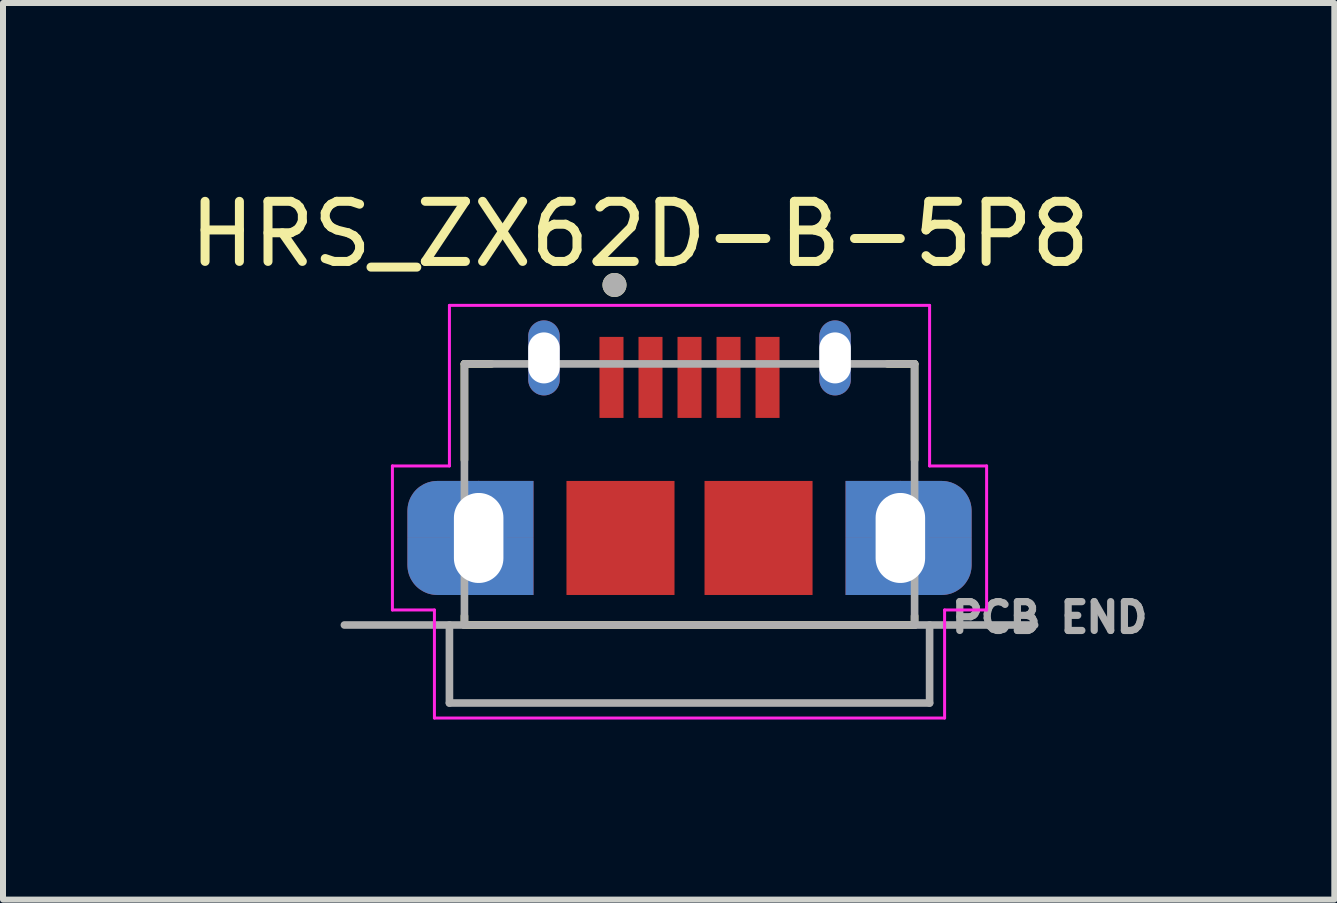
<source format=kicad_pcb>
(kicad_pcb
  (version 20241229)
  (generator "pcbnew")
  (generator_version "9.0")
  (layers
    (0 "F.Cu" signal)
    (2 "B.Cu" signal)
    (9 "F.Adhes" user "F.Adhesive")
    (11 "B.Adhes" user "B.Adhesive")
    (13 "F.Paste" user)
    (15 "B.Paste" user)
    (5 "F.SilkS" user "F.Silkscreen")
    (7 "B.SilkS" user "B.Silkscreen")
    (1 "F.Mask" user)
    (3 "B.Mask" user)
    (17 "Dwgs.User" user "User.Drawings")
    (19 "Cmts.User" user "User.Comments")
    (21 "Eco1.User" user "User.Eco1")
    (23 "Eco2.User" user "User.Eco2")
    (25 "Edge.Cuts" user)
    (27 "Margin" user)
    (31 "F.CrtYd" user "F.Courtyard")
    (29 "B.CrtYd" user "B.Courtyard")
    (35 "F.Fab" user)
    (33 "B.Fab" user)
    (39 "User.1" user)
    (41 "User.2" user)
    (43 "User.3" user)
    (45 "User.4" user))
  (footprint "HRS_ZX62D-B-5P8"
    (layer "F.Cu")
    (at 8.438 5.838)
    (property "Reference" "HRS_ZX62D-B-5P8" (at -0.826 -4.988 0) (layer "F.SilkS") (effects (font (size 1.001 1.001) (thickness 0.15))))
    (attr smd)
    (fp_poly (pts (xy -3.1 0.075) (xy -2.6 0.075) (xy -2.6 1.025) (xy -4.2 1.025) (xy -4.226 1.024) (xy -4.252 1.022) (xy -4.278 1.019) (xy -4.304 1.014) (xy -4.329 1.008) (xy -4.355 1.001) (xy -4.379 0.992) (xy -4.403 0.982) (xy -4.427 0.971) (xy -4.45 0.958) (xy -4.472 0.944) (xy -4.494 0.93) (xy -4.515 0.914) (xy -4.535 0.897) (xy -4.554 0.879) (xy -4.572 0.86) (xy -4.589 0.84) (xy -4.605 0.819) (xy -4.619 0.797) (xy -4.633 0.775) (xy -4.646 0.752) (xy -4.657 0.728) (xy -4.667 0.704) (xy -4.676 0.68) (xy -4.683 0.654) (xy -4.689 0.629) (xy -4.694 0.603) (xy -4.697 0.577) (xy -4.699 0.551) (xy -4.7 0.525) (xy -4.7 0.075) (xy -3.925 0.075) (xy -3.925 0.55) (xy -3.925 0.564) (xy -3.923 0.579) (xy -3.922 0.593) (xy -3.919 0.607) (xy -3.916 0.621) (xy -3.912 0.635) (xy -3.907 0.649) (xy -3.901 0.662) (xy -3.895 0.675) (xy -3.888 0.688) (xy -3.881 0.7) (xy -3.872 0.712) (xy -3.864 0.723) (xy -3.854 0.734) (xy -3.844 0.744) (xy -3.834 0.754) (xy -3.823 0.764) (xy -3.812 0.772) (xy -3.8 0.781) (xy -3.787 0.788) (xy -3.775 0.795) (xy -3.762 0.801) (xy -3.749 0.807) (xy -3.735 0.812) (xy -3.721 0.816) (xy -3.707 0.819) (xy -3.693 0.822) (xy -3.679 0.823) (xy -3.664 0.825) (xy -3.65 0.825) (xy -3.4 0.825) (xy -3.384 0.825) (xy -3.369 0.823) (xy -3.353 0.821) (xy -3.338 0.818) (xy -3.322 0.815) (xy -3.307 0.81) (xy -3.292 0.805) (xy -3.278 0.799) (xy -3.264 0.792) (xy -3.25 0.785) (xy -3.237 0.777) (xy -3.224 0.768) (xy -3.211 0.758) (xy -3.199 0.748) (xy -3.188 0.737) (xy -3.177 0.726) (xy -3.167 0.714) (xy -3.157 0.701) (xy -3.148 0.688) (xy -3.14 0.675) (xy -3.133 0.661) (xy -3.126 0.647) (xy -3.12 0.633) (xy -3.115 0.618) (xy -3.11 0.603) (xy -3.107 0.587) (xy -3.104 0.572) (xy -3.102 0.556) (xy -3.1 0.541) (xy -3.1 0.525) (xy -3.1 0.075)) (stroke (width 0.0001) (type solid)) (fill yes) (layer "F.Cu"))
    (fp_poly (pts (xy -2.6 -0.875) (xy -4.2 -0.875) (xy -4.226 -0.874) (xy -4.252 -0.872) (xy -4.278 -0.869) (xy -4.304 -0.864) (xy -4.329 -0.858) (xy -4.355 -0.851) (xy -4.379 -0.842) (xy -4.403 -0.832) (xy -4.427 -0.821) (xy -4.45 -0.808) (xy -4.472 -0.794) (xy -4.494 -0.78) (xy -4.515 -0.764) (xy -4.535 -0.747) (xy -4.554 -0.729) (xy -4.572 -0.71) (xy -4.589 -0.69) (xy -4.605 -0.669) (xy -4.619 -0.647) (xy -4.633 -0.625) (xy -4.646 -0.602) (xy -4.657 -0.578) (xy -4.667 -0.554) (xy -4.676 -0.53) (xy -4.683 -0.504) (xy -4.689 -0.479) (xy -4.694 -0.453) (xy -4.697 -0.427) (xy -4.699 -0.401) (xy -4.7 -0.375) (xy -4.7 0.075) (xy -3.925 0.075) (xy -3.925 -0.375) (xy -3.925 -0.391) (xy -3.923 -0.406) (xy -3.921 -0.422) (xy -3.918 -0.437) (xy -3.915 -0.453) (xy -3.91 -0.468) (xy -3.905 -0.483) (xy -3.899 -0.497) (xy -3.892 -0.511) (xy -3.885 -0.525) (xy -3.877 -0.538) (xy -3.868 -0.551) (xy -3.858 -0.564) (xy -3.848 -0.576) (xy -3.837 -0.587) (xy -3.826 -0.598) (xy -3.814 -0.608) (xy -3.801 -0.618) (xy -3.788 -0.627) (xy -3.775 -0.635) (xy -3.761 -0.642) (xy -3.747 -0.649) (xy -3.733 -0.655) (xy -3.718 -0.66) (xy -3.703 -0.665) (xy -3.687 -0.668) (xy -3.672 -0.671) (xy -3.656 -0.673) (xy -3.641 -0.675) (xy -3.625 -0.675) (xy -3.4 -0.675) (xy -3.384 -0.675) (xy -3.369 -0.673) (xy -3.353 -0.671) (xy -3.338 -0.668) (xy -3.322 -0.665) (xy -3.307 -0.66) (xy -3.292 -0.655) (xy -3.278 -0.649) (xy -3.264 -0.642) (xy -3.25 -0.635) (xy -3.237 -0.627) (xy -3.224 -0.618) (xy -3.211 -0.608) (xy -3.199 -0.598) (xy -3.188 -0.587) (xy -3.177 -0.576) (xy -3.167 -0.564) (xy -3.157 -0.551) (xy -3.148 -0.538) (xy -3.14 -0.525) (xy -3.133 -0.511) (xy -3.126 -0.497) (xy -3.12 -0.483) (xy -3.115 -0.468) (xy -3.11 -0.453) (xy -3.107 -0.437) (xy -3.104 -0.422) (xy -3.102 -0.406) (xy -3.1 -0.391) (xy -3.1 -0.375) (xy -3.1 0.075) (xy -2.6 0.075) (xy -2.6 -0.875)) (stroke (width 0.0001) (type solid)) (fill yes) (layer "F.Cu"))
    (fp_poly (pts (xy 2.6 1.025) (xy 4.2 1.025) (xy 4.226 1.024) (xy 4.252 1.022) (xy 4.278 1.019) (xy 4.304 1.014) (xy 4.329 1.008) (xy 4.355 1.001) (xy 4.379 0.992) (xy 4.403 0.982) (xy 4.427 0.971) (xy 4.45 0.958) (xy 4.472 0.944) (xy 4.494 0.93) (xy 4.515 0.914) (xy 4.535 0.897) (xy 4.554 0.879) (xy 4.572 0.86) (xy 4.589 0.84) (xy 4.605 0.819) (xy 4.619 0.797) (xy 4.633 0.775) (xy 4.646 0.752) (xy 4.657 0.728) (xy 4.667 0.704) (xy 4.676 0.68) (xy 4.683 0.654) (xy 4.689 0.629) (xy 4.694 0.603) (xy 4.697 0.577) (xy 4.699 0.551) (xy 4.7 0.525) (xy 4.7 0.075) (xy 3.925 0.075) (xy 3.925 0.525) (xy 3.925 0.541) (xy 3.923 0.556) (xy 3.921 0.572) (xy 3.918 0.587) (xy 3.915 0.603) (xy 3.91 0.618) (xy 3.905 0.633) (xy 3.899 0.647) (xy 3.892 0.661) (xy 3.885 0.675) (xy 3.877 0.688) (xy 3.868 0.701) (xy 3.858 0.714) (xy 3.848 0.726) (xy 3.837 0.737) (xy 3.826 0.748) (xy 3.814 0.758) (xy 3.801 0.768) (xy 3.788 0.777) (xy 3.775 0.785) (xy 3.761 0.792) (xy 3.747 0.799) (xy 3.733 0.805) (xy 3.718 0.81) (xy 3.703 0.815) (xy 3.687 0.818) (xy 3.672 0.821) (xy 3.656 0.823) (xy 3.641 0.825) (xy 3.625 0.825) (xy 3.4 0.825) (xy 3.384 0.825) (xy 3.369 0.823) (xy 3.353 0.821) (xy 3.338 0.818) (xy 3.322 0.815) (xy 3.307 0.81) (xy 3.292 0.805) (xy 3.278 0.799) (xy 3.264 0.792) (xy 3.25 0.785) (xy 3.237 0.777) (xy 3.224 0.768) (xy 3.211 0.758) (xy 3.199 0.748) (xy 3.188 0.737) (xy 3.177 0.726) (xy 3.167 0.714) (xy 3.157 0.701) (xy 3.148 0.688) (xy 3.14 0.675) (xy 3.133 0.661) (xy 3.126 0.647) (xy 3.12 0.633) (xy 3.115 0.618) (xy 3.11 0.603) (xy 3.107 0.587) (xy 3.104 0.572) (xy 3.102 0.556) (xy 3.1 0.541) (xy 3.1 0.525) (xy 3.1 0.075) (xy 2.6 0.075) (xy 2.6 1.025)) (stroke (width 0.0001) (type solid)) (fill yes) (layer "F.Cu"))
    (fp_poly (pts (xy 3.1 0.075) (xy 2.6 0.075) (xy 2.6 -0.875) (xy 4.2 -0.875) (xy 4.226 -0.874) (xy 4.252 -0.872) (xy 4.278 -0.869) (xy 4.304 -0.864) (xy 4.329 -0.858) (xy 4.355 -0.851) (xy 4.379 -0.842) (xy 4.403 -0.832) (xy 4.427 -0.821) (xy 4.45 -0.808) (xy 4.472 -0.794) (xy 4.494 -0.78) (xy 4.515 -0.764) (xy 4.535 -0.747) (xy 4.554 -0.729) (xy 4.572 -0.71) (xy 4.589 -0.69) (xy 4.605 -0.669) (xy 4.619 -0.647) (xy 4.633 -0.625) (xy 4.646 -0.602) (xy 4.657 -0.578) (xy 4.667 -0.554) (xy 4.676 -0.53) (xy 4.683 -0.504) (xy 4.689 -0.479) (xy 4.694 -0.453) (xy 4.697 -0.427) (xy 4.699 -0.401) (xy 4.7 -0.375) (xy 4.7 0.075) (xy 3.925 0.075) (xy 3.925 -0.4) (xy 3.925 -0.414) (xy 3.923 -0.429) (xy 3.922 -0.443) (xy 3.919 -0.457) (xy 3.916 -0.471) (xy 3.912 -0.485) (xy 3.907 -0.499) (xy 3.901 -0.512) (xy 3.895 -0.525) (xy 3.888 -0.538) (xy 3.881 -0.55) (xy 3.872 -0.562) (xy 3.864 -0.573) (xy 3.854 -0.584) (xy 3.844 -0.594) (xy 3.834 -0.604) (xy 3.823 -0.614) (xy 3.812 -0.622) (xy 3.8 -0.631) (xy 3.787 -0.638) (xy 3.775 -0.645) (xy 3.762 -0.651) (xy 3.749 -0.657) (xy 3.735 -0.662) (xy 3.721 -0.666) (xy 3.707 -0.669) (xy 3.693 -0.672) (xy 3.679 -0.673) (xy 3.664 -0.675) (xy 3.65 -0.675) (xy 3.4 -0.675) (xy 3.384 -0.675) (xy 3.369 -0.673) (xy 3.353 -0.671) (xy 3.338 -0.668) (xy 3.322 -0.665) (xy 3.307 -0.66) (xy 3.292 -0.655) (xy 3.278 -0.649) (xy 3.264 -0.642) (xy 3.25 -0.635) (xy 3.237 -0.627) (xy 3.224 -0.618) (xy 3.211 -0.608) (xy 3.199 -0.598) (xy 3.188 -0.587) (xy 3.177 -0.576) (xy 3.167 -0.564) (xy 3.157 -0.551) (xy 3.148 -0.538) (xy 3.14 -0.525) (xy 3.133 -0.511) (xy 3.126 -0.497) (xy 3.12 -0.483) (xy 3.115 -0.468) (xy 3.11 -0.453) (xy 3.107 -0.437) (xy 3.104 -0.422) (xy 3.102 -0.406) (xy 3.1 -0.391) (xy 3.1 -0.375) (xy 3.1 0.075)) (stroke (width 0.0001) (type solid)) (fill yes) (layer "F.Cu"))
    (fp_poly (pts (xy -4.801 -0.975) (xy -2.5 -0.975) (xy -2.5 1.126) (xy -4.801 1.126)) (stroke (width 0.01) (type solid)) (fill yes) (layer "F.Mask"))
    (fp_poly (pts (xy 2.502 -0.975) (xy 4.8 -0.975) (xy 4.8 1.128) (xy 2.502 1.128)) (stroke (width 0.01) (type solid)) (fill yes) (layer "F.Mask"))
    (fp_poly (pts (xy -3.1 0.075) (xy -2.6 0.075) (xy -2.6 1.025) (xy -4.2 1.025) (xy -4.226 1.024) (xy -4.252 1.022) (xy -4.278 1.019) (xy -4.304 1.014) (xy -4.329 1.008) (xy -4.355 1.001) (xy -4.379 0.992) (xy -4.403 0.982) (xy -4.427 0.971) (xy -4.45 0.958) (xy -4.472 0.944) (xy -4.494 0.93) (xy -4.515 0.914) (xy -4.535 0.897) (xy -4.554 0.879) (xy -4.572 0.86) (xy -4.589 0.84) (xy -4.605 0.819) (xy -4.619 0.797) (xy -4.633 0.775) (xy -4.646 0.752) (xy -4.657 0.728) (xy -4.667 0.704) (xy -4.676 0.68) (xy -4.683 0.654) (xy -4.689 0.629) (xy -4.694 0.603) (xy -4.697 0.577) (xy -4.699 0.551) (xy -4.7 0.525) (xy -4.7 0.075) (xy -3.925 0.075) (xy -3.925 0.55) (xy -3.925 0.564) (xy -3.923 0.579) (xy -3.922 0.593) (xy -3.919 0.607) (xy -3.916 0.621) (xy -3.912 0.635) (xy -3.907 0.649) (xy -3.901 0.662) (xy -3.895 0.675) (xy -3.888 0.688) (xy -3.881 0.7) (xy -3.872 0.712) (xy -3.864 0.723) (xy -3.854 0.734) (xy -3.844 0.744) (xy -3.834 0.754) (xy -3.823 0.764) (xy -3.812 0.772) (xy -3.8 0.781) (xy -3.787 0.788) (xy -3.775 0.795) (xy -3.762 0.801) (xy -3.749 0.807) (xy -3.735 0.812) (xy -3.721 0.816) (xy -3.707 0.819) (xy -3.693 0.822) (xy -3.679 0.823) (xy -3.664 0.825) (xy -3.65 0.825) (xy -3.4 0.825) (xy -3.384 0.825) (xy -3.369 0.823) (xy -3.353 0.821) (xy -3.338 0.818) (xy -3.322 0.815) (xy -3.307 0.81) (xy -3.292 0.805) (xy -3.278 0.799) (xy -3.264 0.792) (xy -3.25 0.785) (xy -3.237 0.777) (xy -3.224 0.768) (xy -3.211 0.758) (xy -3.199 0.748) (xy -3.188 0.737) (xy -3.177 0.726) (xy -3.167 0.714) (xy -3.157 0.701) (xy -3.148 0.688) (xy -3.14 0.675) (xy -3.133 0.661) (xy -3.126 0.647) (xy -3.12 0.633) (xy -3.115 0.618) (xy -3.11 0.603) (xy -3.107 0.587) (xy -3.104 0.572) (xy -3.102 0.556) (xy -3.1 0.541) (xy -3.1 0.525) (xy -3.1 0.075)) (stroke (width 0.0001) (type solid)) (fill yes) (layer "B.Cu"))
    (fp_poly (pts (xy -2.6 -0.875) (xy -4.2 -0.875) (xy -4.226 -0.874) (xy -4.252 -0.872) (xy -4.278 -0.869) (xy -4.304 -0.864) (xy -4.329 -0.858) (xy -4.355 -0.851) (xy -4.379 -0.842) (xy -4.403 -0.832) (xy -4.427 -0.821) (xy -4.45 -0.808) (xy -4.472 -0.794) (xy -4.494 -0.78) (xy -4.515 -0.764) (xy -4.535 -0.747) (xy -4.554 -0.729) (xy -4.572 -0.71) (xy -4.589 -0.69) (xy -4.605 -0.669) (xy -4.619 -0.647) (xy -4.633 -0.625) (xy -4.646 -0.602) (xy -4.657 -0.578) (xy -4.667 -0.554) (xy -4.676 -0.53) (xy -4.683 -0.504) (xy -4.689 -0.479) (xy -4.694 -0.453) (xy -4.697 -0.427) (xy -4.699 -0.401) (xy -4.7 -0.375) (xy -4.7 0.075) (xy -3.925 0.075) (xy -3.925 -0.375) (xy -3.925 -0.391) (xy -3.923 -0.406) (xy -3.921 -0.422) (xy -3.918 -0.437) (xy -3.915 -0.453) (xy -3.91 -0.468) (xy -3.905 -0.483) (xy -3.899 -0.497) (xy -3.892 -0.511) (xy -3.885 -0.525) (xy -3.877 -0.538) (xy -3.868 -0.551) (xy -3.858 -0.564) (xy -3.848 -0.576) (xy -3.837 -0.587) (xy -3.826 -0.598) (xy -3.814 -0.608) (xy -3.801 -0.618) (xy -3.788 -0.627) (xy -3.775 -0.635) (xy -3.761 -0.642) (xy -3.747 -0.649) (xy -3.733 -0.655) (xy -3.718 -0.66) (xy -3.703 -0.665) (xy -3.687 -0.668) (xy -3.672 -0.671) (xy -3.656 -0.673) (xy -3.641 -0.675) (xy -3.625 -0.675) (xy -3.4 -0.675) (xy -3.384 -0.675) (xy -3.369 -0.673) (xy -3.353 -0.671) (xy -3.338 -0.668) (xy -3.322 -0.665) (xy -3.307 -0.66) (xy -3.292 -0.655) (xy -3.278 -0.649) (xy -3.264 -0.642) (xy -3.25 -0.635) (xy -3.237 -0.627) (xy -3.224 -0.618) (xy -3.211 -0.608) (xy -3.199 -0.598) (xy -3.188 -0.587) (xy -3.177 -0.576) (xy -3.167 -0.564) (xy -3.157 -0.551) (xy -3.148 -0.538) (xy -3.14 -0.525) (xy -3.133 -0.511) (xy -3.126 -0.497) (xy -3.12 -0.483) (xy -3.115 -0.468) (xy -3.11 -0.453) (xy -3.107 -0.437) (xy -3.104 -0.422) (xy -3.102 -0.406) (xy -3.1 -0.391) (xy -3.1 -0.375) (xy -3.1 0.075) (xy -2.6 0.075) (xy -2.6 -0.875)) (stroke (width 0.0001) (type solid)) (fill yes) (layer "B.Cu"))
    (fp_poly (pts (xy 2.6 1.025) (xy 4.2 1.025) (xy 4.226 1.024) (xy 4.252 1.022) (xy 4.278 1.019) (xy 4.304 1.014) (xy 4.329 1.008) (xy 4.355 1.001) (xy 4.379 0.992) (xy 4.403 0.982) (xy 4.427 0.971) (xy 4.45 0.958) (xy 4.472 0.944) (xy 4.494 0.93) (xy 4.515 0.914) (xy 4.535 0.897) (xy 4.554 0.879) (xy 4.572 0.86) (xy 4.589 0.84) (xy 4.605 0.819) (xy 4.619 0.797) (xy 4.633 0.775) (xy 4.646 0.752) (xy 4.657 0.728) (xy 4.667 0.704) (xy 4.676 0.68) (xy 4.683 0.654) (xy 4.689 0.629) (xy 4.694 0.603) (xy 4.697 0.577) (xy 4.699 0.551) (xy 4.7 0.525) (xy 4.7 0.075) (xy 3.925 0.075) (xy 3.925 0.525) (xy 3.925 0.541) (xy 3.923 0.556) (xy 3.921 0.572) (xy 3.918 0.587) (xy 3.915 0.603) (xy 3.91 0.618) (xy 3.905 0.633) (xy 3.899 0.647) (xy 3.892 0.661) (xy 3.885 0.675) (xy 3.877 0.688) (xy 3.868 0.701) (xy 3.858 0.714) (xy 3.848 0.726) (xy 3.837 0.737) (xy 3.826 0.748) (xy 3.814 0.758) (xy 3.801 0.768) (xy 3.788 0.777) (xy 3.775 0.785) (xy 3.761 0.792) (xy 3.747 0.799) (xy 3.733 0.805) (xy 3.718 0.81) (xy 3.703 0.815) (xy 3.687 0.818) (xy 3.672 0.821) (xy 3.656 0.823) (xy 3.641 0.825) (xy 3.625 0.825) (xy 3.4 0.825) (xy 3.384 0.825) (xy 3.369 0.823) (xy 3.353 0.821) (xy 3.338 0.818) (xy 3.322 0.815) (xy 3.307 0.81) (xy 3.292 0.805) (xy 3.278 0.799) (xy 3.264 0.792) (xy 3.25 0.785) (xy 3.237 0.777) (xy 3.224 0.768) (xy 3.211 0.758) (xy 3.199 0.748) (xy 3.188 0.737) (xy 3.177 0.726) (xy 3.167 0.714) (xy 3.157 0.701) (xy 3.148 0.688) (xy 3.14 0.675) (xy 3.133 0.661) (xy 3.126 0.647) (xy 3.12 0.633) (xy 3.115 0.618) (xy 3.11 0.603) (xy 3.107 0.587) (xy 3.104 0.572) (xy 3.102 0.556) (xy 3.1 0.541) (xy 3.1 0.525) (xy 3.1 0.075) (xy 2.6 0.075) (xy 2.6 1.025)) (stroke (width 0.0001) (type solid)) (fill yes) (layer "B.Cu"))
    (fp_poly (pts (xy 3.1 0.075) (xy 2.6 0.075) (xy 2.6 -0.875) (xy 4.2 -0.875) (xy 4.226 -0.874) (xy 4.252 -0.872) (xy 4.278 -0.869) (xy 4.304 -0.864) (xy 4.329 -0.858) (xy 4.355 -0.851) (xy 4.379 -0.842) (xy 4.403 -0.832) (xy 4.427 -0.821) (xy 4.45 -0.808) (xy 4.472 -0.794) (xy 4.494 -0.78) (xy 4.515 -0.764) (xy 4.535 -0.747) (xy 4.554 -0.729) (xy 4.572 -0.71) (xy 4.589 -0.69) (xy 4.605 -0.669) (xy 4.619 -0.647) (xy 4.633 -0.625) (xy 4.646 -0.602) (xy 4.657 -0.578) (xy 4.667 -0.554) (xy 4.676 -0.53) (xy 4.683 -0.504) (xy 4.689 -0.479) (xy 4.694 -0.453) (xy 4.697 -0.427) (xy 4.699 -0.401) (xy 4.7 -0.375) (xy 4.7 0.075) (xy 3.925 0.075) (xy 3.925 -0.4) (xy 3.925 -0.414) (xy 3.923 -0.429) (xy 3.922 -0.443) (xy 3.919 -0.457) (xy 3.916 -0.471) (xy 3.912 -0.485) (xy 3.907 -0.499) (xy 3.901 -0.512) (xy 3.895 -0.525) (xy 3.888 -0.538) (xy 3.881 -0.55) (xy 3.872 -0.562) (xy 3.864 -0.573) (xy 3.854 -0.584) (xy 3.844 -0.594) (xy 3.834 -0.604) (xy 3.823 -0.614) (xy 3.812 -0.622) (xy 3.8 -0.631) (xy 3.787 -0.638) (xy 3.775 -0.645) (xy 3.762 -0.651) (xy 3.749 -0.657) (xy 3.735 -0.662) (xy 3.721 -0.666) (xy 3.707 -0.669) (xy 3.693 -0.672) (xy 3.679 -0.673) (xy 3.664 -0.675) (xy 3.65 -0.675) (xy 3.4 -0.675) (xy 3.384 -0.675) (xy 3.369 -0.673) (xy 3.353 -0.671) (xy 3.338 -0.668) (xy 3.322 -0.665) (xy 3.307 -0.66) (xy 3.292 -0.655) (xy 3.278 -0.649) (xy 3.264 -0.642) (xy 3.25 -0.635) (xy 3.237 -0.627) (xy 3.224 -0.618) (xy 3.211 -0.608) (xy 3.199 -0.598) (xy 3.188 -0.587) (xy 3.177 -0.576) (xy 3.167 -0.564) (xy 3.157 -0.551) (xy 3.148 -0.538) (xy 3.14 -0.525) (xy 3.133 -0.511) (xy 3.126 -0.497) (xy 3.12 -0.483) (xy 3.115 -0.468) (xy 3.11 -0.453) (xy 3.107 -0.437) (xy 3.104 -0.422) (xy 3.102 -0.406) (xy 3.1 -0.391) (xy 3.1 -0.375) (xy 3.1 0.075)) (stroke (width 0.0001) (type solid)) (fill yes) (layer "B.Cu"))
    (fp_poly (pts (xy -4.801 -0.975) (xy -2.5 -0.975) (xy -2.5 1.126) (xy -4.801 1.126)) (stroke (width 0.01) (type solid)) (fill yes) (layer "B.Mask"))
    (fp_poly (pts (xy 2.502 -0.975) (xy 4.8 -0.975) (xy 4.8 1.128) (xy 2.502 1.128)) (stroke (width 0.01) (type solid)) (fill yes) (layer "B.Mask"))
    (fp_line (start -3.75 -2.825) (end -3.3 -2.825) (stroke (width 0.127) (type solid)) (layer "F.SilkS"))
    (fp_line (start -3.75 -1.225) (end -3.75 -2.825) (stroke (width 0.127) (type solid)) (layer "F.SilkS"))
    (fp_line (start -3.75 1.525) (end -3.75 1.375) (stroke (width 0.127) (type solid)) (layer "F.SilkS"))
    (fp_line (start -3.75 1.525) (end 3.75 1.525) (stroke (width 0.127) (type solid)) (layer "F.SilkS"))
    (fp_line (start 3.3 -2.825) (end 3.75 -2.825) (stroke (width 0.127) (type solid)) (layer "F.SilkS"))
    (fp_line (start 3.75 -2.825) (end 3.75 -1.225) (stroke (width 0.127) (type solid)) (layer "F.SilkS"))
    (fp_line (start 3.75 1.525) (end 3.75 1.375) (stroke (width 0.127) (type solid)) (layer "F.SilkS"))
    (fp_circle (center -1.25 -4.14) (end -1.15 -4.14) (stroke (width 0.2) (type solid)) (fill no) (layer "F.SilkS"))
    (fp_poly (pts (xy -3.1 0.075) (xy -2.6 0.075) (xy -2.6 1.025) (xy -4.2 1.025) (xy -4.226 1.024) (xy -4.252 1.022) (xy -4.278 1.019) (xy -4.304 1.014) (xy -4.329 1.008) (xy -4.355 1.001) (xy -4.379 0.992) (xy -4.403 0.982) (xy -4.427 0.971) (xy -4.45 0.958) (xy -4.472 0.944) (xy -4.494 0.93) (xy -4.515 0.914) (xy -4.535 0.897) (xy -4.554 0.879) (xy -4.572 0.86) (xy -4.589 0.84) (xy -4.605 0.819) (xy -4.619 0.797) (xy -4.633 0.775) (xy -4.646 0.752) (xy -4.657 0.728) (xy -4.667 0.704) (xy -4.676 0.68) (xy -4.683 0.654) (xy -4.689 0.629) (xy -4.694 0.603) (xy -4.697 0.577) (xy -4.699 0.551) (xy -4.7 0.525) (xy -4.7 0.075) (xy -3.925 0.075) (xy -3.925 0.55) (xy -3.925 0.564) (xy -3.923 0.579) (xy -3.922 0.593) (xy -3.919 0.607) (xy -3.916 0.621) (xy -3.912 0.635) (xy -3.907 0.649) (xy -3.901 0.662) (xy -3.895 0.675) (xy -3.888 0.688) (xy -3.881 0.7) (xy -3.872 0.712) (xy -3.864 0.723) (xy -3.854 0.734) (xy -3.844 0.744) (xy -3.834 0.754) (xy -3.823 0.764) (xy -3.812 0.772) (xy -3.8 0.781) (xy -3.787 0.788) (xy -3.775 0.795) (xy -3.762 0.801) (xy -3.749 0.807) (xy -3.735 0.812) (xy -3.721 0.816) (xy -3.707 0.819) (xy -3.693 0.822) (xy -3.679 0.823) (xy -3.664 0.825) (xy -3.65 0.825) (xy -3.4 0.825) (xy -3.384 0.825) (xy -3.369 0.823) (xy -3.353 0.821) (xy -3.338 0.818) (xy -3.322 0.815) (xy -3.307 0.81) (xy -3.292 0.805) (xy -3.278 0.799) (xy -3.264 0.792) (xy -3.25 0.785) (xy -3.237 0.777) (xy -3.224 0.768) (xy -3.211 0.758) (xy -3.199 0.748) (xy -3.188 0.737) (xy -3.177 0.726) (xy -3.167 0.714) (xy -3.157 0.701) (xy -3.148 0.688) (xy -3.14 0.675) (xy -3.133 0.661) (xy -3.126 0.647) (xy -3.12 0.633) (xy -3.115 0.618) (xy -3.11 0.603) (xy -3.107 0.587) (xy -3.104 0.572) (xy -3.102 0.556) (xy -3.1 0.541) (xy -3.1 0.525) (xy -3.1 0.075)) (stroke (width 0.0001) (type solid)) (fill yes) (layer "F.Paste"))
    (fp_poly (pts (xy -2.6 -0.875) (xy -4.2 -0.875) (xy -4.226 -0.874) (xy -4.252 -0.872) (xy -4.278 -0.869) (xy -4.304 -0.864) (xy -4.329 -0.858) (xy -4.355 -0.851) (xy -4.379 -0.842) (xy -4.403 -0.832) (xy -4.427 -0.821) (xy -4.45 -0.808) (xy -4.472 -0.794) (xy -4.494 -0.78) (xy -4.515 -0.764) (xy -4.535 -0.747) (xy -4.554 -0.729) (xy -4.572 -0.71) (xy -4.589 -0.69) (xy -4.605 -0.669) (xy -4.619 -0.647) (xy -4.633 -0.625) (xy -4.646 -0.602) (xy -4.657 -0.578) (xy -4.667 -0.554) (xy -4.676 -0.53) (xy -4.683 -0.504) (xy -4.689 -0.479) (xy -4.694 -0.453) (xy -4.697 -0.427) (xy -4.699 -0.401) (xy -4.7 -0.375) (xy -4.7 0.075) (xy -3.925 0.075) (xy -3.925 -0.375) (xy -3.925 -0.391) (xy -3.923 -0.406) (xy -3.921 -0.422) (xy -3.918 -0.437) (xy -3.915 -0.453) (xy -3.91 -0.468) (xy -3.905 -0.483) (xy -3.899 -0.497) (xy -3.892 -0.511) (xy -3.885 -0.525) (xy -3.877 -0.538) (xy -3.868 -0.551) (xy -3.858 -0.564) (xy -3.848 -0.576) (xy -3.837 -0.587) (xy -3.826 -0.598) (xy -3.814 -0.608) (xy -3.801 -0.618) (xy -3.788 -0.627) (xy -3.775 -0.635) (xy -3.761 -0.642) (xy -3.747 -0.649) (xy -3.733 -0.655) (xy -3.718 -0.66) (xy -3.703 -0.665) (xy -3.687 -0.668) (xy -3.672 -0.671) (xy -3.656 -0.673) (xy -3.641 -0.675) (xy -3.625 -0.675) (xy -3.4 -0.675) (xy -3.384 -0.675) (xy -3.369 -0.673) (xy -3.353 -0.671) (xy -3.338 -0.668) (xy -3.322 -0.665) (xy -3.307 -0.66) (xy -3.292 -0.655) (xy -3.278 -0.649) (xy -3.264 -0.642) (xy -3.25 -0.635) (xy -3.237 -0.627) (xy -3.224 -0.618) (xy -3.211 -0.608) (xy -3.199 -0.598) (xy -3.188 -0.587) (xy -3.177 -0.576) (xy -3.167 -0.564) (xy -3.157 -0.551) (xy -3.148 -0.538) (xy -3.14 -0.525) (xy -3.133 -0.511) (xy -3.126 -0.497) (xy -3.12 -0.483) (xy -3.115 -0.468) (xy -3.11 -0.453) (xy -3.107 -0.437) (xy -3.104 -0.422) (xy -3.102 -0.406) (xy -3.1 -0.391) (xy -3.1 -0.375) (xy -3.1 0.075) (xy -2.6 0.075) (xy -2.6 -0.875)) (stroke (width 0.0001) (type solid)) (fill yes) (layer "F.Paste"))
    (fp_poly (pts (xy 2.6 1.025) (xy 4.2 1.025) (xy 4.226 1.024) (xy 4.252 1.022) (xy 4.278 1.019) (xy 4.304 1.014) (xy 4.329 1.008) (xy 4.355 1.001) (xy 4.379 0.992) (xy 4.403 0.982) (xy 4.427 0.971) (xy 4.45 0.958) (xy 4.472 0.944) (xy 4.494 0.93) (xy 4.515 0.914) (xy 4.535 0.897) (xy 4.554 0.879) (xy 4.572 0.86) (xy 4.589 0.84) (xy 4.605 0.819) (xy 4.619 0.797) (xy 4.633 0.775) (xy 4.646 0.752) (xy 4.657 0.728) (xy 4.667 0.704) (xy 4.676 0.68) (xy 4.683 0.654) (xy 4.689 0.629) (xy 4.694 0.603) (xy 4.697 0.577) (xy 4.699 0.551) (xy 4.7 0.525) (xy 4.7 0.075) (xy 3.925 0.075) (xy 3.925 0.525) (xy 3.925 0.541) (xy 3.923 0.556) (xy 3.921 0.572) (xy 3.918 0.587) (xy 3.915 0.603) (xy 3.91 0.618) (xy 3.905 0.633) (xy 3.899 0.647) (xy 3.892 0.661) (xy 3.885 0.675) (xy 3.877 0.688) (xy 3.868 0.701) (xy 3.858 0.714) (xy 3.848 0.726) (xy 3.837 0.737) (xy 3.826 0.748) (xy 3.814 0.758) (xy 3.801 0.768) (xy 3.788 0.777) (xy 3.775 0.785) (xy 3.761 0.792) (xy 3.747 0.799) (xy 3.733 0.805) (xy 3.718 0.81) (xy 3.703 0.815) (xy 3.687 0.818) (xy 3.672 0.821) (xy 3.656 0.823) (xy 3.641 0.825) (xy 3.625 0.825) (xy 3.4 0.825) (xy 3.384 0.825) (xy 3.369 0.823) (xy 3.353 0.821) (xy 3.338 0.818) (xy 3.322 0.815) (xy 3.307 0.81) (xy 3.292 0.805) (xy 3.278 0.799) (xy 3.264 0.792) (xy 3.25 0.785) (xy 3.237 0.777) (xy 3.224 0.768) (xy 3.211 0.758) (xy 3.199 0.748) (xy 3.188 0.737) (xy 3.177 0.726) (xy 3.167 0.714) (xy 3.157 0.701) (xy 3.148 0.688) (xy 3.14 0.675) (xy 3.133 0.661) (xy 3.126 0.647) (xy 3.12 0.633) (xy 3.115 0.618) (xy 3.11 0.603) (xy 3.107 0.587) (xy 3.104 0.572) (xy 3.102 0.556) (xy 3.1 0.541) (xy 3.1 0.525) (xy 3.1 0.075) (xy 2.6 0.075) (xy 2.6 1.025)) (stroke (width 0.0001) (type solid)) (fill yes) (layer "F.Paste"))
    (fp_poly (pts (xy 3.1 0.075) (xy 2.6 0.075) (xy 2.6 -0.875) (xy 4.2 -0.875) (xy 4.226 -0.874) (xy 4.252 -0.872) (xy 4.278 -0.869) (xy 4.304 -0.864) (xy 4.329 -0.858) (xy 4.355 -0.851) (xy 4.379 -0.842) (xy 4.403 -0.832) (xy 4.427 -0.821) (xy 4.45 -0.808) (xy 4.472 -0.794) (xy 4.494 -0.78) (xy 4.515 -0.764) (xy 4.535 -0.747) (xy 4.554 -0.729) (xy 4.572 -0.71) (xy 4.589 -0.69) (xy 4.605 -0.669) (xy 4.619 -0.647) (xy 4.633 -0.625) (xy 4.646 -0.602) (xy 4.657 -0.578) (xy 4.667 -0.554) (xy 4.676 -0.53) (xy 4.683 -0.504) (xy 4.689 -0.479) (xy 4.694 -0.453) (xy 4.697 -0.427) (xy 4.699 -0.401) (xy 4.7 -0.375) (xy 4.7 0.075) (xy 3.925 0.075) (xy 3.925 -0.4) (xy 3.925 -0.414) (xy 3.923 -0.429) (xy 3.922 -0.443) (xy 3.919 -0.457) (xy 3.916 -0.471) (xy 3.912 -0.485) (xy 3.907 -0.499) (xy 3.901 -0.512) (xy 3.895 -0.525) (xy 3.888 -0.538) (xy 3.881 -0.55) (xy 3.872 -0.562) (xy 3.864 -0.573) (xy 3.854 -0.584) (xy 3.844 -0.594) (xy 3.834 -0.604) (xy 3.823 -0.614) (xy 3.812 -0.622) (xy 3.8 -0.631) (xy 3.787 -0.638) (xy 3.775 -0.645) (xy 3.762 -0.651) (xy 3.749 -0.657) (xy 3.735 -0.662) (xy 3.721 -0.666) (xy 3.707 -0.669) (xy 3.693 -0.672) (xy 3.679 -0.673) (xy 3.664 -0.675) (xy 3.65 -0.675) (xy 3.4 -0.675) (xy 3.384 -0.675) (xy 3.369 -0.673) (xy 3.353 -0.671) (xy 3.338 -0.668) (xy 3.322 -0.665) (xy 3.307 -0.66) (xy 3.292 -0.655) (xy 3.278 -0.649) (xy 3.264 -0.642) (xy 3.25 -0.635) (xy 3.237 -0.627) (xy 3.224 -0.618) (xy 3.211 -0.608) (xy 3.199 -0.598) (xy 3.188 -0.587) (xy 3.177 -0.576) (xy 3.167 -0.564) (xy 3.157 -0.551) (xy 3.148 -0.538) (xy 3.14 -0.525) (xy 3.133 -0.511) (xy 3.126 -0.497) (xy 3.12 -0.483) (xy 3.115 -0.468) (xy 3.11 -0.453) (xy 3.107 -0.437) (xy 3.104 -0.422) (xy 3.102 -0.406) (xy 3.1 -0.391) (xy 3.1 -0.375) (xy 3.1 0.075)) (stroke (width 0.0001) (type solid)) (fill yes) (layer "F.Paste"))
    (fp_poly (pts (xy -2.425 -3.35) (xy -2.425 -3.55) (xy -2.398 -3.549) (xy -2.37 -3.547) (xy -2.343 -3.544) (xy -2.316 -3.539) (xy -2.289 -3.532) (xy -2.263 -3.524) (xy -2.237 -3.515) (xy -2.211 -3.505) (xy -2.187 -3.493) (xy -2.162 -3.48) (xy -2.139 -3.465) (xy -2.116 -3.45) (xy -2.095 -3.433) (xy -2.074 -3.415) (xy -2.054 -3.396) (xy -2.035 -3.376) (xy -2.017 -3.355) (xy -2 -3.334) (xy -1.985 -3.311) (xy -1.97 -3.287) (xy -1.957 -3.263) (xy -1.945 -3.239) (xy -1.935 -3.213) (xy -1.926 -3.187) (xy -1.918 -3.161) (xy -1.911 -3.134) (xy -1.906 -3.107) (xy -1.903 -3.08) (xy -1.901 -3.052) (xy -1.9 -3.025) (xy -1.9 -2.825) (xy -1.901 -2.798) (xy -1.903 -2.77) (xy -1.906 -2.743) (xy -1.911 -2.716) (xy -1.918 -2.689) (xy -1.926 -2.663) (xy -1.935 -2.637) (xy -1.945 -2.611) (xy -1.957 -2.587) (xy -1.97 -2.562) (xy -1.985 -2.539) (xy -2 -2.516) (xy -2.017 -2.495) (xy -2.035 -2.474) (xy -2.054 -2.454) (xy -2.074 -2.435) (xy -2.095 -2.417) (xy -2.116 -2.4) (xy -2.139 -2.385) (xy -2.162 -2.37) (xy -2.187 -2.357) (xy -2.211 -2.345) (xy -2.237 -2.335) (xy -2.263 -2.326) (xy -2.289 -2.318) (xy -2.316 -2.311) (xy -2.343 -2.306) (xy -2.37 -2.303) (xy -2.398 -2.301) (xy -2.425 -2.3) (xy -2.425 -2.5) (xy -2.408 -2.5) (xy -2.391 -2.502) (xy -2.374 -2.504) (xy -2.357 -2.507) (xy -2.341 -2.511) (xy -2.325 -2.516) (xy -2.309 -2.522) (xy -2.293 -2.528) (xy -2.277 -2.535) (xy -2.263 -2.544) (xy -2.248 -2.552) (xy -2.234 -2.562) (xy -2.22 -2.572) (xy -2.208 -2.583) (xy -2.195 -2.595) (xy -2.183 -2.608) (xy -2.172 -2.62) (xy -2.162 -2.634) (xy -2.152 -2.648) (xy -2.144 -2.663) (xy -2.135 -2.677) (xy -2.128 -2.693) (xy -2.122 -2.709) (xy -2.116 -2.725) (xy -2.111 -2.741) (xy -2.107 -2.757) (xy -2.104 -2.774) (xy -2.102 -2.791) (xy -2.1 -2.808) (xy -2.1 -2.825) (xy -2.1 -3.025) (xy -2.1 -3.042) (xy -2.102 -3.059) (xy -2.104 -3.076) (xy -2.107 -3.093) (xy -2.111 -3.109) (xy -2.116 -3.125) (xy -2.122 -3.141) (xy -2.128 -3.157) (xy -2.135 -3.173) (xy -2.144 -3.188) (xy -2.152 -3.202) (xy -2.162 -3.216) (xy -2.172 -3.23) (xy -2.183 -3.242) (xy -2.195 -3.255) (xy -2.208 -3.267) (xy -2.22 -3.278) (xy -2.234 -3.288) (xy -2.248 -3.298) (xy -2.263 -3.306) (xy -2.277 -3.315) (xy -2.293 -3.322) (xy -2.309 -3.328) (xy -2.325 -3.334) (xy -2.341 -3.339) (xy -2.357 -3.343) (xy -2.374 -3.346) (xy -2.391 -3.348) (xy -2.408 -3.35) (xy -2.425 -3.35)) (stroke (width 0.0001) (type solid)) (fill yes) (layer "F.Paste"))
    (fp_poly (pts (xy -2.425 -2.5) (xy -2.425 -2.3) (xy -2.452 -2.301) (xy -2.48 -2.303) (xy -2.507 -2.306) (xy -2.534 -2.311) (xy -2.561 -2.318) (xy -2.587 -2.326) (xy -2.613 -2.335) (xy -2.639 -2.345) (xy -2.663 -2.357) (xy -2.688 -2.37) (xy -2.711 -2.385) (xy -2.734 -2.4) (xy -2.755 -2.417) (xy -2.776 -2.435) (xy -2.796 -2.454) (xy -2.815 -2.474) (xy -2.833 -2.495) (xy -2.85 -2.516) (xy -2.865 -2.539) (xy -2.88 -2.563) (xy -2.893 -2.587) (xy -2.905 -2.611) (xy -2.915 -2.637) (xy -2.924 -2.663) (xy -2.932 -2.689) (xy -2.939 -2.716) (xy -2.944 -2.743) (xy -2.947 -2.77) (xy -2.949 -2.798) (xy -2.95 -2.825) (xy -2.95 -3.025) (xy -2.949 -3.052) (xy -2.947 -3.08) (xy -2.944 -3.107) (xy -2.939 -3.134) (xy -2.932 -3.161) (xy -2.924 -3.187) (xy -2.915 -3.213) (xy -2.905 -3.239) (xy -2.893 -3.263) (xy -2.88 -3.287) (xy -2.865 -3.311) (xy -2.85 -3.334) (xy -2.833 -3.355) (xy -2.815 -3.376) (xy -2.796 -3.396) (xy -2.776 -3.415) (xy -2.755 -3.433) (xy -2.734 -3.45) (xy -2.711 -3.465) (xy -2.688 -3.48) (xy -2.663 -3.493) (xy -2.639 -3.505) (xy -2.613 -3.515) (xy -2.587 -3.524) (xy -2.561 -3.532) (xy -2.534 -3.539) (xy -2.507 -3.544) (xy -2.48 -3.547) (xy -2.452 -3.549) (xy -2.425 -3.55) (xy -2.425 -3.35) (xy -2.442 -3.35) (xy -2.459 -3.348) (xy -2.476 -3.346) (xy -2.493 -3.343) (xy -2.509 -3.339) (xy -2.525 -3.334) (xy -2.541 -3.328) (xy -2.557 -3.322) (xy -2.573 -3.315) (xy -2.587 -3.306) (xy -2.602 -3.298) (xy -2.616 -3.288) (xy -2.63 -3.278) (xy -2.642 -3.267) (xy -2.655 -3.255) (xy -2.667 -3.242) (xy -2.678 -3.23) (xy -2.688 -3.216) (xy -2.698 -3.202) (xy -2.706 -3.188) (xy -2.715 -3.173) (xy -2.722 -3.157) (xy -2.728 -3.141) (xy -2.734 -3.125) (xy -2.739 -3.109) (xy -2.743 -3.093) (xy -2.746 -3.076) (xy -2.748 -3.059) (xy -2.75 -3.042) (xy -2.75 -3.025) (xy -2.75 -2.825) (xy -2.75 -2.808) (xy -2.748 -2.791) (xy -2.746 -2.774) (xy -2.743 -2.757) (xy -2.739 -2.741) (xy -2.734 -2.725) (xy -2.728 -2.709) (xy -2.722 -2.693) (xy -2.715 -2.677) (xy -2.706 -2.663) (xy -2.698 -2.648) (xy -2.688 -2.634) (xy -2.678 -2.62) (xy -2.667 -2.608) (xy -2.655 -2.595) (xy -2.642 -2.583) (xy -2.63 -2.572) (xy -2.616 -2.562) (xy -2.602 -2.552) (xy -2.587 -2.544) (xy -2.573 -2.535) (xy -2.557 -2.528) (xy -2.541 -2.522) (xy -2.525 -2.516) (xy -2.509 -2.511) (xy -2.493 -2.507) (xy -2.476 -2.504) (xy -2.459 -2.502) (xy -2.442 -2.5) (xy -2.425 -2.5)) (stroke (width 0.0001) (type solid)) (fill yes) (layer "F.Paste"))
    (fp_poly (pts (xy 2.425 -3.35) (xy 2.425 -3.55) (xy 2.452 -3.549) (xy 2.48 -3.547) (xy 2.507 -3.544) (xy 2.534 -3.539) (xy 2.561 -3.532) (xy 2.587 -3.524) (xy 2.613 -3.515) (xy 2.639 -3.505) (xy 2.663 -3.493) (xy 2.688 -3.48) (xy 2.711 -3.465) (xy 2.734 -3.45) (xy 2.755 -3.433) (xy 2.776 -3.415) (xy 2.796 -3.396) (xy 2.815 -3.376) (xy 2.833 -3.355) (xy 2.85 -3.334) (xy 2.865 -3.311) (xy 2.88 -3.287) (xy 2.893 -3.263) (xy 2.905 -3.239) (xy 2.915 -3.213) (xy 2.924 -3.187) (xy 2.932 -3.161) (xy 2.939 -3.134) (xy 2.944 -3.107) (xy 2.947 -3.08) (xy 2.949 -3.052) (xy 2.95 -3.025) (xy 2.95 -2.825) (xy 2.949 -2.798) (xy 2.947 -2.77) (xy 2.944 -2.743) (xy 2.939 -2.716) (xy 2.932 -2.689) (xy 2.924 -2.663) (xy 2.915 -2.637) (xy 2.905 -2.611) (xy 2.893 -2.587) (xy 2.88 -2.563) (xy 2.865 -2.539) (xy 2.85 -2.516) (xy 2.833 -2.495) (xy 2.815 -2.474) (xy 2.796 -2.454) (xy 2.776 -2.435) (xy 2.755 -2.417) (xy 2.734 -2.4) (xy 2.711 -2.385) (xy 2.688 -2.37) (xy 2.663 -2.357) (xy 2.639 -2.345) (xy 2.613 -2.335) (xy 2.587 -2.326) (xy 2.561 -2.318) (xy 2.534 -2.311) (xy 2.507 -2.306) (xy 2.48 -2.303) (xy 2.452 -2.301) (xy 2.425 -2.3) (xy 2.425 -2.5) (xy 2.442 -2.5) (xy 2.459 -2.502) (xy 2.476 -2.504) (xy 2.493 -2.507) (xy 2.509 -2.511) (xy 2.525 -2.516) (xy 2.541 -2.522) (xy 2.557 -2.528) (xy 2.573 -2.535) (xy 2.587 -2.544) (xy 2.602 -2.552) (xy 2.616 -2.562) (xy 2.63 -2.572) (xy 2.642 -2.583) (xy 2.655 -2.595) (xy 2.667 -2.608) (xy 2.678 -2.62) (xy 2.688 -2.634) (xy 2.698 -2.648) (xy 2.706 -2.663) (xy 2.715 -2.677) (xy 2.722 -2.693) (xy 2.728 -2.709) (xy 2.734 -2.725) (xy 2.739 -2.741) (xy 2.743 -2.757) (xy 2.746 -2.774) (xy 2.748 -2.791) (xy 2.75 -2.808) (xy 2.75 -2.825) (xy 2.75 -3.025) (xy 2.75 -3.042) (xy 2.748 -3.059) (xy 2.746 -3.076) (xy 2.743 -3.093) (xy 2.739 -3.109) (xy 2.734 -3.125) (xy 2.728 -3.141) (xy 2.722 -3.157) (xy 2.715 -3.173) (xy 2.706 -3.188) (xy 2.698 -3.202) (xy 2.688 -3.216) (xy 2.678 -3.23) (xy 2.667 -3.242) (xy 2.655 -3.255) (xy 2.642 -3.267) (xy 2.63 -3.278) (xy 2.616 -3.288) (xy 2.602 -3.298) (xy 2.587 -3.306) (xy 2.573 -3.315) (xy 2.557 -3.322) (xy 2.541 -3.328) (xy 2.525 -3.334) (xy 2.509 -3.339) (xy 2.493 -3.343) (xy 2.476 -3.346) (xy 2.459 -3.348) (xy 2.442 -3.35) (xy 2.425 -3.35)) (stroke (width 0.0001) (type solid)) (fill yes) (layer "F.Paste"))
    (fp_poly (pts (xy 2.425 -2.5) (xy 2.425 -2.3) (xy 2.398 -2.301) (xy 2.37 -2.303) (xy 2.343 -2.306) (xy 2.316 -2.311) (xy 2.289 -2.318) (xy 2.263 -2.326) (xy 2.237 -2.335) (xy 2.211 -2.345) (xy 2.187 -2.357) (xy 2.162 -2.37) (xy 2.139 -2.385) (xy 2.116 -2.4) (xy 2.095 -2.417) (xy 2.074 -2.435) (xy 2.054 -2.454) (xy 2.035 -2.474) (xy 2.017 -2.495) (xy 2 -2.516) (xy 1.985 -2.539) (xy 1.97 -2.562) (xy 1.957 -2.587) (xy 1.945 -2.611) (xy 1.935 -2.637) (xy 1.926 -2.663) (xy 1.918 -2.689) (xy 1.911 -2.716) (xy 1.906 -2.743) (xy 1.903 -2.77) (xy 1.901 -2.798) (xy 1.9 -2.825) (xy 1.9 -3.025) (xy 1.901 -3.052) (xy 1.903 -3.08) (xy 1.906 -3.107) (xy 1.911 -3.134) (xy 1.918 -3.161) (xy 1.926 -3.187) (xy 1.935 -3.213) (xy 1.945 -3.239) (xy 1.957 -3.263) (xy 1.97 -3.287) (xy 1.985 -3.311) (xy 2 -3.334) (xy 2.017 -3.355) (xy 2.035 -3.376) (xy 2.054 -3.396) (xy 2.074 -3.415) (xy 2.095 -3.433) (xy 2.116 -3.45) (xy 2.139 -3.465) (xy 2.163 -3.48) (xy 2.187 -3.493) (xy 2.211 -3.505) (xy 2.237 -3.515) (xy 2.263 -3.524) (xy 2.289 -3.532) (xy 2.316 -3.539) (xy 2.343 -3.544) (xy 2.37 -3.547) (xy 2.398 -3.549) (xy 2.425 -3.55) (xy 2.425 -3.35) (xy 2.408 -3.35) (xy 2.391 -3.348) (xy 2.374 -3.346) (xy 2.357 -3.343) (xy 2.341 -3.339) (xy 2.325 -3.334) (xy 2.309 -3.328) (xy 2.293 -3.322) (xy 2.277 -3.315) (xy 2.263 -3.306) (xy 2.248 -3.298) (xy 2.234 -3.288) (xy 2.22 -3.278) (xy 2.208 -3.267) (xy 2.195 -3.255) (xy 2.183 -3.242) (xy 2.172 -3.23) (xy 2.162 -3.216) (xy 2.152 -3.202) (xy 2.144 -3.188) (xy 2.135 -3.173) (xy 2.128 -3.157) (xy 2.122 -3.141) (xy 2.116 -3.125) (xy 2.111 -3.109) (xy 2.107 -3.093) (xy 2.104 -3.076) (xy 2.102 -3.059) (xy 2.1 -3.042) (xy 2.1 -3.025) (xy 2.1 -2.825) (xy 2.1 -2.808) (xy 2.102 -2.791) (xy 2.104 -2.774) (xy 2.107 -2.757) (xy 2.111 -2.741) (xy 2.116 -2.725) (xy 2.122 -2.709) (xy 2.128 -2.693) (xy 2.135 -2.677) (xy 2.144 -2.663) (xy 2.152 -2.648) (xy 2.162 -2.634) (xy 2.172 -2.62) (xy 2.183 -2.608) (xy 2.195 -2.595) (xy 2.208 -2.583) (xy 2.22 -2.572) (xy 2.234 -2.562) (xy 2.248 -2.552) (xy 2.263 -2.544) (xy 2.277 -2.535) (xy 2.293 -2.528) (xy 2.309 -2.522) (xy 2.325 -2.516) (xy 2.341 -2.511) (xy 2.357 -2.507) (xy 2.374 -2.504) (xy 2.391 -2.502) (xy 2.408 -2.5) (xy 2.425 -2.5)) (stroke (width 0.0001) (type solid)) (fill yes) (layer "F.Paste"))
    (fp_poly (pts (xy -3.1 0.075) (xy -2.6 0.075) (xy -2.6 1.025) (xy -4.2 1.025) (xy -4.226 1.024) (xy -4.252 1.022) (xy -4.278 1.019) (xy -4.304 1.014) (xy -4.329 1.008) (xy -4.355 1.001) (xy -4.379 0.992) (xy -4.403 0.982) (xy -4.427 0.971) (xy -4.45 0.958) (xy -4.472 0.944) (xy -4.494 0.93) (xy -4.515 0.914) (xy -4.535 0.897) (xy -4.554 0.879) (xy -4.572 0.86) (xy -4.589 0.84) (xy -4.605 0.819) (xy -4.619 0.797) (xy -4.633 0.775) (xy -4.646 0.752) (xy -4.657 0.728) (xy -4.667 0.704) (xy -4.676 0.68) (xy -4.683 0.654) (xy -4.689 0.629) (xy -4.694 0.603) (xy -4.697 0.577) (xy -4.699 0.551) (xy -4.7 0.525) (xy -4.7 0.075) (xy -3.925 0.075) (xy -3.925 0.55) (xy -3.925 0.564) (xy -3.923 0.579) (xy -3.922 0.593) (xy -3.919 0.607) (xy -3.916 0.621) (xy -3.912 0.635) (xy -3.907 0.649) (xy -3.901 0.662) (xy -3.895 0.675) (xy -3.888 0.688) (xy -3.881 0.7) (xy -3.872 0.712) (xy -3.864 0.723) (xy -3.854 0.734) (xy -3.844 0.744) (xy -3.834 0.754) (xy -3.823 0.764) (xy -3.812 0.772) (xy -3.8 0.781) (xy -3.787 0.788) (xy -3.775 0.795) (xy -3.762 0.801) (xy -3.749 0.807) (xy -3.735 0.812) (xy -3.721 0.816) (xy -3.707 0.819) (xy -3.693 0.822) (xy -3.679 0.823) (xy -3.664 0.825) (xy -3.65 0.825) (xy -3.4 0.825) (xy -3.384 0.825) (xy -3.369 0.823) (xy -3.353 0.821) (xy -3.338 0.818) (xy -3.322 0.815) (xy -3.307 0.81) (xy -3.292 0.805) (xy -3.278 0.799) (xy -3.264 0.792) (xy -3.25 0.785) (xy -3.237 0.777) (xy -3.224 0.768) (xy -3.211 0.758) (xy -3.199 0.748) (xy -3.188 0.737) (xy -3.177 0.726) (xy -3.167 0.714) (xy -3.157 0.701) (xy -3.148 0.688) (xy -3.14 0.675) (xy -3.133 0.661) (xy -3.126 0.647) (xy -3.12 0.633) (xy -3.115 0.618) (xy -3.11 0.603) (xy -3.107 0.587) (xy -3.104 0.572) (xy -3.102 0.556) (xy -3.1 0.541) (xy -3.1 0.525) (xy -3.1 0.075)) (stroke (width 0.0001) (type solid)) (fill yes) (layer "B.Paste"))
    (fp_poly (pts (xy -2.6 -0.875) (xy -4.2 -0.875) (xy -4.226 -0.874) (xy -4.252 -0.872) (xy -4.278 -0.869) (xy -4.304 -0.864) (xy -4.329 -0.858) (xy -4.355 -0.851) (xy -4.379 -0.842) (xy -4.403 -0.832) (xy -4.427 -0.821) (xy -4.45 -0.808) (xy -4.472 -0.794) (xy -4.494 -0.78) (xy -4.515 -0.764) (xy -4.535 -0.747) (xy -4.554 -0.729) (xy -4.572 -0.71) (xy -4.589 -0.69) (xy -4.605 -0.669) (xy -4.619 -0.647) (xy -4.633 -0.625) (xy -4.646 -0.602) (xy -4.657 -0.578) (xy -4.667 -0.554) (xy -4.676 -0.53) (xy -4.683 -0.504) (xy -4.689 -0.479) (xy -4.694 -0.453) (xy -4.697 -0.427) (xy -4.699 -0.401) (xy -4.7 -0.375) (xy -4.7 0.075) (xy -3.925 0.075) (xy -3.925 -0.375) (xy -3.925 -0.391) (xy -3.923 -0.406) (xy -3.921 -0.422) (xy -3.918 -0.437) (xy -3.915 -0.453) (xy -3.91 -0.468) (xy -3.905 -0.483) (xy -3.899 -0.497) (xy -3.892 -0.511) (xy -3.885 -0.525) (xy -3.877 -0.538) (xy -3.868 -0.551) (xy -3.858 -0.564) (xy -3.848 -0.576) (xy -3.837 -0.587) (xy -3.826 -0.598) (xy -3.814 -0.608) (xy -3.801 -0.618) (xy -3.788 -0.627) (xy -3.775 -0.635) (xy -3.761 -0.642) (xy -3.747 -0.649) (xy -3.733 -0.655) (xy -3.718 -0.66) (xy -3.703 -0.665) (xy -3.687 -0.668) (xy -3.672 -0.671) (xy -3.656 -0.673) (xy -3.641 -0.675) (xy -3.625 -0.675) (xy -3.4 -0.675) (xy -3.384 -0.675) (xy -3.369 -0.673) (xy -3.353 -0.671) (xy -3.338 -0.668) (xy -3.322 -0.665) (xy -3.307 -0.66) (xy -3.292 -0.655) (xy -3.278 -0.649) (xy -3.264 -0.642) (xy -3.25 -0.635) (xy -3.237 -0.627) (xy -3.224 -0.618) (xy -3.211 -0.608) (xy -3.199 -0.598) (xy -3.188 -0.587) (xy -3.177 -0.576) (xy -3.167 -0.564) (xy -3.157 -0.551) (xy -3.148 -0.538) (xy -3.14 -0.525) (xy -3.133 -0.511) (xy -3.126 -0.497) (xy -3.12 -0.483) (xy -3.115 -0.468) (xy -3.11 -0.453) (xy -3.107 -0.437) (xy -3.104 -0.422) (xy -3.102 -0.406) (xy -3.1 -0.391) (xy -3.1 -0.375) (xy -3.1 0.075) (xy -2.6 0.075) (xy -2.6 -0.875)) (stroke (width 0.0001) (type solid)) (fill yes) (layer "B.Paste"))
    (fp_poly (pts (xy 2.6 1.025) (xy 4.2 1.025) (xy 4.226 1.024) (xy 4.252 1.022) (xy 4.278 1.019) (xy 4.304 1.014) (xy 4.329 1.008) (xy 4.355 1.001) (xy 4.379 0.992) (xy 4.403 0.982) (xy 4.427 0.971) (xy 4.45 0.958) (xy 4.472 0.944) (xy 4.494 0.93) (xy 4.515 0.914) (xy 4.535 0.897) (xy 4.554 0.879) (xy 4.572 0.86) (xy 4.589 0.84) (xy 4.605 0.819) (xy 4.619 0.797) (xy 4.633 0.775) (xy 4.646 0.752) (xy 4.657 0.728) (xy 4.667 0.704) (xy 4.676 0.68) (xy 4.683 0.654) (xy 4.689 0.629) (xy 4.694 0.603) (xy 4.697 0.577) (xy 4.699 0.551) (xy 4.7 0.525) (xy 4.7 0.075) (xy 3.925 0.075) (xy 3.925 0.525) (xy 3.925 0.541) (xy 3.923 0.556) (xy 3.921 0.572) (xy 3.918 0.587) (xy 3.915 0.603) (xy 3.91 0.618) (xy 3.905 0.633) (xy 3.899 0.647) (xy 3.892 0.661) (xy 3.885 0.675) (xy 3.877 0.688) (xy 3.868 0.701) (xy 3.858 0.714) (xy 3.848 0.726) (xy 3.837 0.737) (xy 3.826 0.748) (xy 3.814 0.758) (xy 3.801 0.768) (xy 3.788 0.777) (xy 3.775 0.785) (xy 3.761 0.792) (xy 3.747 0.799) (xy 3.733 0.805) (xy 3.718 0.81) (xy 3.703 0.815) (xy 3.687 0.818) (xy 3.672 0.821) (xy 3.656 0.823) (xy 3.641 0.825) (xy 3.625 0.825) (xy 3.4 0.825) (xy 3.384 0.825) (xy 3.369 0.823) (xy 3.353 0.821) (xy 3.338 0.818) (xy 3.322 0.815) (xy 3.307 0.81) (xy 3.292 0.805) (xy 3.278 0.799) (xy 3.264 0.792) (xy 3.25 0.785) (xy 3.237 0.777) (xy 3.224 0.768) (xy 3.211 0.758) (xy 3.199 0.748) (xy 3.188 0.737) (xy 3.177 0.726) (xy 3.167 0.714) (xy 3.157 0.701) (xy 3.148 0.688) (xy 3.14 0.675) (xy 3.133 0.661) (xy 3.126 0.647) (xy 3.12 0.633) (xy 3.115 0.618) (xy 3.11 0.603) (xy 3.107 0.587) (xy 3.104 0.572) (xy 3.102 0.556) (xy 3.1 0.541) (xy 3.1 0.525) (xy 3.1 0.075) (xy 2.6 0.075) (xy 2.6 1.025)) (stroke (width 0.0001) (type solid)) (fill yes) (layer "B.Paste"))
    (fp_poly (pts (xy 3.1 0.075) (xy 2.6 0.075) (xy 2.6 -0.875) (xy 4.2 -0.875) (xy 4.226 -0.874) (xy 4.252 -0.872) (xy 4.278 -0.869) (xy 4.304 -0.864) (xy 4.329 -0.858) (xy 4.355 -0.851) (xy 4.379 -0.842) (xy 4.403 -0.832) (xy 4.427 -0.821) (xy 4.45 -0.808) (xy 4.472 -0.794) (xy 4.494 -0.78) (xy 4.515 -0.764) (xy 4.535 -0.747) (xy 4.554 -0.729) (xy 4.572 -0.71) (xy 4.589 -0.69) (xy 4.605 -0.669) (xy 4.619 -0.647) (xy 4.633 -0.625) (xy 4.646 -0.602) (xy 4.657 -0.578) (xy 4.667 -0.554) (xy 4.676 -0.53) (xy 4.683 -0.504) (xy 4.689 -0.479) (xy 4.694 -0.453) (xy 4.697 -0.427) (xy 4.699 -0.401) (xy 4.7 -0.375) (xy 4.7 0.075) (xy 3.925 0.075) (xy 3.925 -0.4) (xy 3.925 -0.414) (xy 3.923 -0.429) (xy 3.922 -0.443) (xy 3.919 -0.457) (xy 3.916 -0.471) (xy 3.912 -0.485) (xy 3.907 -0.499) (xy 3.901 -0.512) (xy 3.895 -0.525) (xy 3.888 -0.538) (xy 3.881 -0.55) (xy 3.872 -0.562) (xy 3.864 -0.573) (xy 3.854 -0.584) (xy 3.844 -0.594) (xy 3.834 -0.604) (xy 3.823 -0.614) (xy 3.812 -0.622) (xy 3.8 -0.631) (xy 3.787 -0.638) (xy 3.775 -0.645) (xy 3.762 -0.651) (xy 3.749 -0.657) (xy 3.735 -0.662) (xy 3.721 -0.666) (xy 3.707 -0.669) (xy 3.693 -0.672) (xy 3.679 -0.673) (xy 3.664 -0.675) (xy 3.65 -0.675) (xy 3.4 -0.675) (xy 3.384 -0.675) (xy 3.369 -0.673) (xy 3.353 -0.671) (xy 3.338 -0.668) (xy 3.322 -0.665) (xy 3.307 -0.66) (xy 3.292 -0.655) (xy 3.278 -0.649) (xy 3.264 -0.642) (xy 3.25 -0.635) (xy 3.237 -0.627) (xy 3.224 -0.618) (xy 3.211 -0.608) (xy 3.199 -0.598) (xy 3.188 -0.587) (xy 3.177 -0.576) (xy 3.167 -0.564) (xy 3.157 -0.551) (xy 3.148 -0.538) (xy 3.14 -0.525) (xy 3.133 -0.511) (xy 3.126 -0.497) (xy 3.12 -0.483) (xy 3.115 -0.468) (xy 3.11 -0.453) (xy 3.107 -0.437) (xy 3.104 -0.422) (xy 3.102 -0.406) (xy 3.1 -0.391) (xy 3.1 -0.375) (xy 3.1 0.075)) (stroke (width 0.0001) (type solid)) (fill yes) (layer "B.Paste"))
    (fp_poly (pts (xy -2.425 -3.35) (xy -2.425 -3.55) (xy -2.398 -3.549) (xy -2.37 -3.547) (xy -2.343 -3.544) (xy -2.316 -3.539) (xy -2.289 -3.532) (xy -2.263 -3.524) (xy -2.237 -3.515) (xy -2.211 -3.505) (xy -2.187 -3.493) (xy -2.162 -3.48) (xy -2.139 -3.465) (xy -2.116 -3.45) (xy -2.095 -3.433) (xy -2.074 -3.415) (xy -2.054 -3.396) (xy -2.035 -3.376) (xy -2.017 -3.355) (xy -2 -3.334) (xy -1.985 -3.311) (xy -1.97 -3.287) (xy -1.957 -3.263) (xy -1.945 -3.239) (xy -1.935 -3.213) (xy -1.926 -3.187) (xy -1.918 -3.161) (xy -1.911 -3.134) (xy -1.906 -3.107) (xy -1.903 -3.08) (xy -1.901 -3.052) (xy -1.9 -3.025) (xy -1.9 -2.825) (xy -1.901 -2.798) (xy -1.903 -2.77) (xy -1.906 -2.743) (xy -1.911 -2.716) (xy -1.918 -2.689) (xy -1.926 -2.663) (xy -1.935 -2.637) (xy -1.945 -2.611) (xy -1.957 -2.587) (xy -1.97 -2.562) (xy -1.985 -2.539) (xy -2 -2.516) (xy -2.017 -2.495) (xy -2.035 -2.474) (xy -2.054 -2.454) (xy -2.074 -2.435) (xy -2.095 -2.417) (xy -2.116 -2.4) (xy -2.139 -2.385) (xy -2.162 -2.37) (xy -2.187 -2.357) (xy -2.211 -2.345) (xy -2.237 -2.335) (xy -2.263 -2.326) (xy -2.289 -2.318) (xy -2.316 -2.311) (xy -2.343 -2.306) (xy -2.37 -2.303) (xy -2.398 -2.301) (xy -2.425 -2.3) (xy -2.425 -2.5) (xy -2.408 -2.5) (xy -2.391 -2.502) (xy -2.374 -2.504) (xy -2.357 -2.507) (xy -2.341 -2.511) (xy -2.325 -2.516) (xy -2.309 -2.522) (xy -2.293 -2.528) (xy -2.277 -2.535) (xy -2.263 -2.544) (xy -2.248 -2.552) (xy -2.234 -2.562) (xy -2.22 -2.572) (xy -2.208 -2.583) (xy -2.195 -2.595) (xy -2.183 -2.608) (xy -2.172 -2.62) (xy -2.162 -2.634) (xy -2.152 -2.648) (xy -2.144 -2.663) (xy -2.135 -2.677) (xy -2.128 -2.693) (xy -2.122 -2.709) (xy -2.116 -2.725) (xy -2.111 -2.741) (xy -2.107 -2.757) (xy -2.104 -2.774) (xy -2.102 -2.791) (xy -2.1 -2.808) (xy -2.1 -2.825) (xy -2.1 -3.025) (xy -2.1 -3.042) (xy -2.102 -3.059) (xy -2.104 -3.076) (xy -2.107 -3.093) (xy -2.111 -3.109) (xy -2.116 -3.125) (xy -2.122 -3.141) (xy -2.128 -3.157) (xy -2.135 -3.173) (xy -2.144 -3.188) (xy -2.152 -3.202) (xy -2.162 -3.216) (xy -2.172 -3.23) (xy -2.183 -3.242) (xy -2.195 -3.255) (xy -2.208 -3.267) (xy -2.22 -3.278) (xy -2.234 -3.288) (xy -2.248 -3.298) (xy -2.263 -3.306) (xy -2.277 -3.315) (xy -2.293 -3.322) (xy -2.309 -3.328) (xy -2.325 -3.334) (xy -2.341 -3.339) (xy -2.357 -3.343) (xy -2.374 -3.346) (xy -2.391 -3.348) (xy -2.408 -3.35) (xy -2.425 -3.35)) (stroke (width 0.0001) (type solid)) (fill yes) (layer "B.Paste"))
    (fp_poly (pts (xy -2.425 -2.5) (xy -2.425 -2.3) (xy -2.452 -2.301) (xy -2.48 -2.303) (xy -2.507 -2.306) (xy -2.534 -2.311) (xy -2.561 -2.318) (xy -2.587 -2.326) (xy -2.613 -2.335) (xy -2.639 -2.345) (xy -2.663 -2.357) (xy -2.688 -2.37) (xy -2.711 -2.385) (xy -2.734 -2.4) (xy -2.755 -2.417) (xy -2.776 -2.435) (xy -2.796 -2.454) (xy -2.815 -2.474) (xy -2.833 -2.495) (xy -2.85 -2.516) (xy -2.865 -2.539) (xy -2.88 -2.563) (xy -2.893 -2.587) (xy -2.905 -2.611) (xy -2.915 -2.637) (xy -2.924 -2.663) (xy -2.932 -2.689) (xy -2.939 -2.716) (xy -2.944 -2.743) (xy -2.947 -2.77) (xy -2.949 -2.798) (xy -2.95 -2.825) (xy -2.95 -3.025) (xy -2.949 -3.052) (xy -2.947 -3.08) (xy -2.944 -3.107) (xy -2.939 -3.134) (xy -2.932 -3.161) (xy -2.924 -3.187) (xy -2.915 -3.213) (xy -2.905 -3.239) (xy -2.893 -3.263) (xy -2.88 -3.287) (xy -2.865 -3.311) (xy -2.85 -3.334) (xy -2.833 -3.355) (xy -2.815 -3.376) (xy -2.796 -3.396) (xy -2.776 -3.415) (xy -2.755 -3.433) (xy -2.734 -3.45) (xy -2.711 -3.465) (xy -2.688 -3.48) (xy -2.663 -3.493) (xy -2.639 -3.505) (xy -2.613 -3.515) (xy -2.587 -3.524) (xy -2.561 -3.532) (xy -2.534 -3.539) (xy -2.507 -3.544) (xy -2.48 -3.547) (xy -2.452 -3.549) (xy -2.425 -3.55) (xy -2.425 -3.35) (xy -2.442 -3.35) (xy -2.459 -3.348) (xy -2.476 -3.346) (xy -2.493 -3.343) (xy -2.509 -3.339) (xy -2.525 -3.334) (xy -2.541 -3.328) (xy -2.557 -3.322) (xy -2.573 -3.315) (xy -2.587 -3.306) (xy -2.602 -3.298) (xy -2.616 -3.288) (xy -2.63 -3.278) (xy -2.642 -3.267) (xy -2.655 -3.255) (xy -2.667 -3.242) (xy -2.678 -3.23) (xy -2.688 -3.216) (xy -2.698 -3.202) (xy -2.706 -3.188) (xy -2.715 -3.173) (xy -2.722 -3.157) (xy -2.728 -3.141) (xy -2.734 -3.125) (xy -2.739 -3.109) (xy -2.743 -3.093) (xy -2.746 -3.076) (xy -2.748 -3.059) (xy -2.75 -3.042) (xy -2.75 -3.025) (xy -2.75 -2.825) (xy -2.75 -2.808) (xy -2.748 -2.791) (xy -2.746 -2.774) (xy -2.743 -2.757) (xy -2.739 -2.741) (xy -2.734 -2.725) (xy -2.728 -2.709) (xy -2.722 -2.693) (xy -2.715 -2.677) (xy -2.706 -2.663) (xy -2.698 -2.648) (xy -2.688 -2.634) (xy -2.678 -2.62) (xy -2.667 -2.608) (xy -2.655 -2.595) (xy -2.642 -2.583) (xy -2.63 -2.572) (xy -2.616 -2.562) (xy -2.602 -2.552) (xy -2.587 -2.544) (xy -2.573 -2.535) (xy -2.557 -2.528) (xy -2.541 -2.522) (xy -2.525 -2.516) (xy -2.509 -2.511) (xy -2.493 -2.507) (xy -2.476 -2.504) (xy -2.459 -2.502) (xy -2.442 -2.5) (xy -2.425 -2.5)) (stroke (width 0.0001) (type solid)) (fill yes) (layer "B.Paste"))
    (fp_poly (pts (xy 2.425 -3.35) (xy 2.425 -3.55) (xy 2.452 -3.549) (xy 2.48 -3.547) (xy 2.507 -3.544) (xy 2.534 -3.539) (xy 2.561 -3.532) (xy 2.587 -3.524) (xy 2.613 -3.515) (xy 2.639 -3.505) (xy 2.663 -3.493) (xy 2.688 -3.48) (xy 2.711 -3.465) (xy 2.734 -3.45) (xy 2.755 -3.433) (xy 2.776 -3.415) (xy 2.796 -3.396) (xy 2.815 -3.376) (xy 2.833 -3.355) (xy 2.85 -3.334) (xy 2.865 -3.311) (xy 2.88 -3.287) (xy 2.893 -3.263) (xy 2.905 -3.239) (xy 2.915 -3.213) (xy 2.924 -3.187) (xy 2.932 -3.161) (xy 2.939 -3.134) (xy 2.944 -3.107) (xy 2.947 -3.08) (xy 2.949 -3.052) (xy 2.95 -3.025) (xy 2.95 -2.825) (xy 2.949 -2.798) (xy 2.947 -2.77) (xy 2.944 -2.743) (xy 2.939 -2.716) (xy 2.932 -2.689) (xy 2.924 -2.663) (xy 2.915 -2.637) (xy 2.905 -2.611) (xy 2.893 -2.587) (xy 2.88 -2.563) (xy 2.865 -2.539) (xy 2.85 -2.516) (xy 2.833 -2.495) (xy 2.815 -2.474) (xy 2.796 -2.454) (xy 2.776 -2.435) (xy 2.755 -2.417) (xy 2.734 -2.4) (xy 2.711 -2.385) (xy 2.688 -2.37) (xy 2.663 -2.357) (xy 2.639 -2.345) (xy 2.613 -2.335) (xy 2.587 -2.326) (xy 2.561 -2.318) (xy 2.534 -2.311) (xy 2.507 -2.306) (xy 2.48 -2.303) (xy 2.452 -2.301) (xy 2.425 -2.3) (xy 2.425 -2.5) (xy 2.442 -2.5) (xy 2.459 -2.502) (xy 2.476 -2.504) (xy 2.493 -2.507) (xy 2.509 -2.511) (xy 2.525 -2.516) (xy 2.541 -2.522) (xy 2.557 -2.528) (xy 2.573 -2.535) (xy 2.587 -2.544) (xy 2.602 -2.552) (xy 2.616 -2.562) (xy 2.63 -2.572) (xy 2.642 -2.583) (xy 2.655 -2.595) (xy 2.667 -2.608) (xy 2.678 -2.62) (xy 2.688 -2.634) (xy 2.698 -2.648) (xy 2.706 -2.663) (xy 2.715 -2.677) (xy 2.722 -2.693) (xy 2.728 -2.709) (xy 2.734 -2.725) (xy 2.739 -2.741) (xy 2.743 -2.757) (xy 2.746 -2.774) (xy 2.748 -2.791) (xy 2.75 -2.808) (xy 2.75 -2.825) (xy 2.75 -3.025) (xy 2.75 -3.042) (xy 2.748 -3.059) (xy 2.746 -3.076) (xy 2.743 -3.093) (xy 2.739 -3.109) (xy 2.734 -3.125) (xy 2.728 -3.141) (xy 2.722 -3.157) (xy 2.715 -3.173) (xy 2.706 -3.188) (xy 2.698 -3.202) (xy 2.688 -3.216) (xy 2.678 -3.23) (xy 2.667 -3.242) (xy 2.655 -3.255) (xy 2.642 -3.267) (xy 2.63 -3.278) (xy 2.616 -3.288) (xy 2.602 -3.298) (xy 2.587 -3.306) (xy 2.573 -3.315) (xy 2.557 -3.322) (xy 2.541 -3.328) (xy 2.525 -3.334) (xy 2.509 -3.339) (xy 2.493 -3.343) (xy 2.476 -3.346) (xy 2.459 -3.348) (xy 2.442 -3.35) (xy 2.425 -3.35)) (stroke (width 0.0001) (type solid)) (fill yes) (layer "B.Paste"))
    (fp_poly (pts (xy 2.425 -2.5) (xy 2.425 -2.3) (xy 2.398 -2.301) (xy 2.37 -2.303) (xy 2.343 -2.306) (xy 2.316 -2.311) (xy 2.289 -2.318) (xy 2.263 -2.326) (xy 2.237 -2.335) (xy 2.211 -2.345) (xy 2.187 -2.357) (xy 2.162 -2.37) (xy 2.139 -2.385) (xy 2.116 -2.4) (xy 2.095 -2.417) (xy 2.074 -2.435) (xy 2.054 -2.454) (xy 2.035 -2.474) (xy 2.017 -2.495) (xy 2 -2.516) (xy 1.985 -2.539) (xy 1.97 -2.562) (xy 1.957 -2.587) (xy 1.945 -2.611) (xy 1.935 -2.637) (xy 1.926 -2.663) (xy 1.918 -2.689) (xy 1.911 -2.716) (xy 1.906 -2.743) (xy 1.903 -2.77) (xy 1.901 -2.798) (xy 1.9 -2.825) (xy 1.9 -3.025) (xy 1.901 -3.052) (xy 1.903 -3.08) (xy 1.906 -3.107) (xy 1.911 -3.134) (xy 1.918 -3.161) (xy 1.926 -3.187) (xy 1.935 -3.213) (xy 1.945 -3.239) (xy 1.957 -3.263) (xy 1.97 -3.287) (xy 1.985 -3.311) (xy 2 -3.334) (xy 2.017 -3.355) (xy 2.035 -3.376) (xy 2.054 -3.396) (xy 2.074 -3.415) (xy 2.095 -3.433) (xy 2.116 -3.45) (xy 2.139 -3.465) (xy 2.163 -3.48) (xy 2.187 -3.493) (xy 2.211 -3.505) (xy 2.237 -3.515) (xy 2.263 -3.524) (xy 2.289 -3.532) (xy 2.316 -3.539) (xy 2.343 -3.544) (xy 2.37 -3.547) (xy 2.398 -3.549) (xy 2.425 -3.55) (xy 2.425 -3.35) (xy 2.408 -3.35) (xy 2.391 -3.348) (xy 2.374 -3.346) (xy 2.357 -3.343) (xy 2.341 -3.339) (xy 2.325 -3.334) (xy 2.309 -3.328) (xy 2.293 -3.322) (xy 2.277 -3.315) (xy 2.263 -3.306) (xy 2.248 -3.298) (xy 2.234 -3.288) (xy 2.22 -3.278) (xy 2.208 -3.267) (xy 2.195 -3.255) (xy 2.183 -3.242) (xy 2.172 -3.23) (xy 2.162 -3.216) (xy 2.152 -3.202) (xy 2.144 -3.188) (xy 2.135 -3.173) (xy 2.128 -3.157) (xy 2.122 -3.141) (xy 2.116 -3.125) (xy 2.111 -3.109) (xy 2.107 -3.093) (xy 2.104 -3.076) (xy 2.102 -3.059) (xy 2.1 -3.042) (xy 2.1 -3.025) (xy 2.1 -2.825) (xy 2.1 -2.808) (xy 2.102 -2.791) (xy 2.104 -2.774) (xy 2.107 -2.757) (xy 2.111 -2.741) (xy 2.116 -2.725) (xy 2.122 -2.709) (xy 2.128 -2.693) (xy 2.135 -2.677) (xy 2.144 -2.663) (xy 2.152 -2.648) (xy 2.162 -2.634) (xy 2.172 -2.62) (xy 2.183 -2.608) (xy 2.195 -2.595) (xy 2.208 -2.583) (xy 2.22 -2.572) (xy 2.234 -2.562) (xy 2.248 -2.552) (xy 2.263 -2.544) (xy 2.277 -2.535) (xy 2.293 -2.528) (xy 2.309 -2.522) (xy 2.325 -2.516) (xy 2.341 -2.511) (xy 2.357 -2.507) (xy 2.374 -2.504) (xy 2.391 -2.502) (xy 2.408 -2.5) (xy 2.425 -2.5)) (stroke (width 0.0001) (type solid)) (fill yes) (layer "B.Paste"))
    (fp_line (start -4.95 -1.125) (end -4.95 1.275) (stroke (width 0.05) (type solid)) (layer "F.CrtYd"))
    (fp_line (start -4.95 1.275) (end -4.25 1.275) (stroke (width 0.05) (type solid)) (layer "F.CrtYd"))
    (fp_line (start -4.25 1.275) (end -4.25 3.075) (stroke (width 0.05) (type solid)) (layer "F.CrtYd"))
    (fp_line (start -4.25 3.075) (end 4.25 3.075) (stroke (width 0.05) (type solid)) (layer "F.CrtYd"))
    (fp_line (start -4 -3.8) (end -4 -1.125) (stroke (width 0.05) (type solid)) (layer "F.CrtYd"))
    (fp_line (start -4 -1.125) (end -4.95 -1.125) (stroke (width 0.05) (type solid)) (layer "F.CrtYd"))
    (fp_line (start 4 -3.8) (end -4 -3.8) (stroke (width 0.05) (type solid)) (layer "F.CrtYd"))
    (fp_line (start 4 -1.125) (end 4 -3.8) (stroke (width 0.05) (type solid)) (layer "F.CrtYd"))
    (fp_line (start 4.25 1.275) (end 4.95 1.275) (stroke (width 0.05) (type solid)) (layer "F.CrtYd"))
    (fp_line (start 4.25 3.075) (end 4.25 1.275) (stroke (width 0.05) (type solid)) (layer "F.CrtYd"))
    (fp_line (start 4.95 -1.125) (end 4 -1.125) (stroke (width 0.05) (type solid)) (layer "F.CrtYd"))
    (fp_line (start 4.95 1.275) (end 4.95 -1.125) (stroke (width 0.05) (type solid)) (layer "F.CrtYd"))
    (fp_line (start -5.75 1.525) (end -3.75 1.525) (stroke (width 0.127) (type solid)) (layer "F.Fab"))
    (fp_line (start -4 2.825) (end -4 1.525) (stroke (width 0.127) (type solid)) (layer "F.Fab"))
    (fp_line (start -4 2.825) (end 4 2.825) (stroke (width 0.127) (type solid)) (layer "F.Fab"))
    (fp_line (start -3.75 -2.825) (end -3.75 1.525) (stroke (width 0.127) (type solid)) (layer "F.Fab"))
    (fp_line (start -3.75 1.525) (end 3.75 1.525) (stroke (width 0.127) (type solid)) (layer "F.Fab"))
    (fp_line (start 3.75 -2.825) (end -3.75 -2.825) (stroke (width 0.127) (type solid)) (layer "F.Fab"))
    (fp_line (start 3.75 1.525) (end 3.75 -2.825) (stroke (width 0.127) (type solid)) (layer "F.Fab"))
    (fp_line (start 3.75 1.525) (end 5.75 1.525) (stroke (width 0.127) (type solid)) (layer "F.Fab"))
    (fp_line (start 4 2.825) (end 4 1.525) (stroke (width 0.127) (type solid)) (layer "F.Fab"))
    (fp_circle (center -1.25 -4.14) (end -1.15 -4.14) (stroke (width 0.2) (type solid)) (fill no) (layer "F.Fab"))
    (fp_text user "PCB END" (at 6 1.4 0) (layer "F.Fab") (effects (font (size 0.48 0.48) (thickness 0.15))))
    (pad "1" smd rect (at -1.3 -2.6) (size 0.4 1.35) (layers "F.Cu" "F.Mask" "F.Paste"))
    (pad "2" smd rect (at -0.65 -2.6) (size 0.4 1.35) (layers "F.Cu" "F.Mask" "F.Paste"))
    (pad "3" smd rect (at 0 -2.6) (size 0.4 1.35) (layers "F.Cu" "F.Mask" "F.Paste"))
    (pad "4" smd rect (at 0.65 -2.6) (size 0.4 1.35) (layers "F.Cu" "F.Mask" "F.Paste"))
    (pad "5" smd rect (at 1.3 -2.6) (size 0.4 1.35) (layers "F.Cu" "F.Mask" "F.Paste"))
    (pad "S1" thru_hole oval (at -2.425 -2.925) (size 0.525 1.25) (drill oval 0.65 0.85) (layers "*.Cu" "*.Mask"))
    (pad "S2" thru_hole oval (at 2.425 -2.925) (size 0.525 1.25) (drill oval 0.65 0.85) (layers "*.Cu" "*.Mask"))
    (pad "S3" thru_hole oval (at -3.513 0.075) (size 0.95 1.9) (drill oval 0.825 1.5) (layers "*.Cu" "*.Mask"))
    (pad "S4" smd rect (at -1.15 0.075) (size 1.8 1.9) (layers "F.Cu" "F.Mask" "F.Paste"))
    (pad "S5" smd rect (at 1.15 0.075) (size 1.8 1.9) (layers "F.Cu" "F.Mask" "F.Paste"))
    (pad "S6" thru_hole oval (at 3.513 0.075) (size 0.95 1.9) (drill oval 0.825 1.5) (layers "*.Cu" "*.Mask"))
    (zone (net_name "") (layer "F.Cu") (hatch full 0.508) (connect_pads) (min_thickness 0.01) (filled_areas_thickness no) (keepout (tracks not_allowed) (vias not_allowed) (pads not_allowed) (copperpour not_allowed) (footprints allowed)) (placement (enabled no)) (fill) (polygon (pts (xy 4.688 3.913) (xy 12.188 3.913) (xy 12.188 4.963) (xy 4.688 4.963))))
    (zone (net_name "") (layer "F.Cu") (hatch full 0.508) (connect_pads) (min_thickness 0.01) (filled_areas_thickness no) (keepout (tracks not_allowed) (vias not_allowed) (pads not_allowed) (copperpour not_allowed) (footprints allowed)) (placement (enabled no)) (fill) (polygon (pts (xy 4.688 6.863) (xy 12.188 6.863) (xy 12.188 7.363) (xy 4.688 7.363))))
    (zone (net_name "") (layer "F.Cu") (hatch full 0.508) (connect_pads) (min_thickness 0.01) (filled_areas_thickness no) (keepout (tracks not_allowed) (vias not_allowed) (pads not_allowed) (copperpour not_allowed) (footprints allowed)) (placement (enabled no)) (fill) (polygon (pts (xy 5.838 4.963) (xy 6.388 4.963) (xy 6.388 6.863) (xy 5.838 6.863))))
    (zone (net_name "") (layer "F.Cu") (hatch full 0.508) (connect_pads) (min_thickness 0.01) (filled_areas_thickness no) (keepout (tracks not_allowed) (vias not_allowed) (pads not_allowed) (copperpour not_allowed) (footprints allowed)) (placement (enabled no)) (fill) (polygon (pts (xy 8.188 4.963) (xy 8.688 4.963) (xy 8.688 6.863) (xy 8.188 6.863))))
    (zone (net_name "") (layer "F.Cu") (hatch full 0.508) (connect_pads) (min_thickness 0.01) (filled_areas_thickness no) (keepout (tracks not_allowed) (vias not_allowed) (pads not_allowed) (copperpour not_allowed) (footprints allowed)) (placement (enabled no)) (fill) (polygon (pts (xy 10.488 4.963) (xy 11.038 4.963) (xy 11.038 6.863) (xy 10.488 6.863))))
    (zone (net_name "") (layers "F.Cu" "B.Cu") (hatch full 0.508) (connect_pads) (min_thickness 0.01) (filled_areas_thickness no) (keepout (tracks allowed) (vias not_allowed) (pads allowed) (copperpour allowed) (footprints allowed)) (placement (enabled no)) (fill) (polygon (pts (xy 4.688 3.913) (xy 12.188 3.913) (xy 12.188 4.963) (xy 4.688 4.963))))
    (zone (net_name "") (layers "F.Cu" "B.Cu") (hatch full 0.508) (connect_pads) (min_thickness 0.01) (filled_areas_thickness no) (keepout (tracks allowed) (vias not_allowed) (pads allowed) (copperpour allowed) (footprints allowed)) (placement (enabled no)) (fill) (polygon (pts (xy 4.688 6.863) (xy 12.188 6.863) (xy 12.188 7.363) (xy 4.688 7.363))))
    (zone (net_name "") (layers "F.Cu" "B.Cu") (hatch full 0.508) (connect_pads) (min_thickness 0.01) (filled_areas_thickness no) (keepout (tracks allowed) (vias not_allowed) (pads allowed) (copperpour allowed) (footprints allowed)) (placement (enabled no)) (fill) (polygon (pts (xy 5.838 4.963) (xy 6.388 4.963) (xy 6.388 6.863) (xy 5.838 6.863))))
    (zone (net_name "") (layers "F.Cu" "B.Cu") (hatch full 0.508) (connect_pads) (min_thickness 0.01) (filled_areas_thickness no) (keepout (tracks allowed) (vias not_allowed) (pads allowed) (copperpour allowed) (footprints allowed)) (placement (enabled no)) (fill) (polygon (pts (xy 8.188 4.963) (xy 8.688 4.963) (xy 8.688 6.863) (xy 8.188 6.863))))
    (zone (net_name "") (layers "F.Cu" "B.Cu") (hatch full 0.508) (connect_pads) (min_thickness 0.01) (filled_areas_thickness no) (keepout (tracks allowed) (vias not_allowed) (pads allowed) (copperpour allowed) (footprints allowed)) (placement (enabled no)) (fill) (polygon (pts (xy 10.488 4.963) (xy 11.038 4.963) (xy 11.038 6.863) (xy 10.488 6.863)))))
  (gr_rect
    (start -3 -3)
    (end 19.181 11.938)
    (stroke (width 0.1) (type default))
    (fill no)
    (layer "Edge.Cuts")))
</source>
